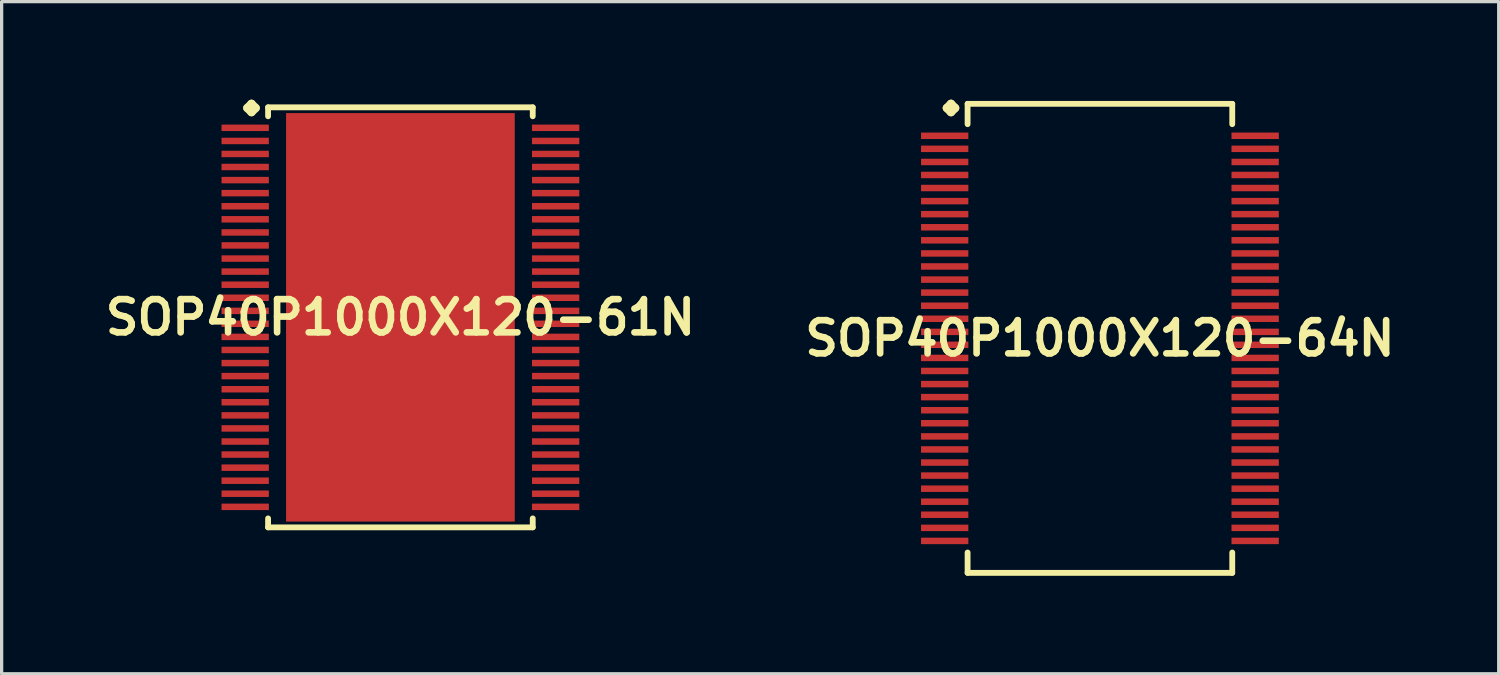
<source format=kicad_pcb>
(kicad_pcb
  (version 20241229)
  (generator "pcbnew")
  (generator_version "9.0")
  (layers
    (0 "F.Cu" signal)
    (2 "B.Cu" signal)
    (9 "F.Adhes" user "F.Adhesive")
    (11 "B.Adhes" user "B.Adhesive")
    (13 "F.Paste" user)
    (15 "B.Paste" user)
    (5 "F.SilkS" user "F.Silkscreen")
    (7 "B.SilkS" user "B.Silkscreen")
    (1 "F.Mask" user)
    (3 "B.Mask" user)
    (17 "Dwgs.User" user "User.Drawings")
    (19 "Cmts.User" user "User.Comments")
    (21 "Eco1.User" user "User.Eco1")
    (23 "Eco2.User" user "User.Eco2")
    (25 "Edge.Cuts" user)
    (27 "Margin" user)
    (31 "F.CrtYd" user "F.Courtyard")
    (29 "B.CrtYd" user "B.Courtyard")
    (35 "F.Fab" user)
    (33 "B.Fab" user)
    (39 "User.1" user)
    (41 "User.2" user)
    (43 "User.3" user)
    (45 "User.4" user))
  (footprint "SOP40P1000X120-61N"
    (layer "F.Cu")
    (at 9.202 6.66)
    (property "Reference" "SOP40P1000X120-61N" (at 0 0 0) (layer "F.SilkS") (effects (font (size 1.016 1.016) (thickness 0.203))))
    (attr smd)
    (fp_line (start -4.684 -6.406) (end -4.557 -6.533) (stroke (width 0.254) (type solid)) (layer "F.SilkS"))
    (fp_line (start -4.557 -6.533) (end -4.43 -6.406) (stroke (width 0.254) (type solid)) (layer "F.SilkS"))
    (fp_line (start -4.557 -6.279) (end -4.684 -6.406) (stroke (width 0.254) (type solid)) (layer "F.SilkS"))
    (fp_line (start -4.43 -6.406) (end -4.557 -6.279) (stroke (width 0.254) (type solid)) (layer "F.SilkS"))
    (fp_line (start -4.049 -6.426) (end 4.049 -6.426) (stroke (width 0.178) (type solid)) (layer "F.SilkS"))
    (fp_line (start -4.049 -6.152) (end -4.049 -6.426) (stroke (width 0.178) (type solid)) (layer "F.SilkS"))
    (fp_line (start -4.049 6.152) (end -4.049 6.426) (stroke (width 0.178) (type solid)) (layer "F.SilkS"))
    (fp_line (start -4.049 6.426) (end 4.049 6.426) (stroke (width 0.178) (type solid)) (layer "F.SilkS"))
    (fp_line (start 4.049 -6.426) (end 4.049 -6.152) (stroke (width 0.178) (type solid)) (layer "F.SilkS"))
    (fp_line (start 4.049 6.426) (end 4.049 6.152) (stroke (width 0.178) (type solid)) (layer "F.SilkS"))
    (pad "1" smd rect (at -4.75 -5.799) (size 1.448 0.198) (layers "F.Cu" "F.Mask" "F.Paste"))
    (pad "2" smd rect (at -4.75 -5.397) (size 1.448 0.198) (layers "F.Cu" "F.Mask" "F.Paste"))
    (pad "3" smd rect (at -4.75 -4.999) (size 1.448 0.198) (layers "F.Cu" "F.Mask" "F.Paste"))
    (pad "4" smd rect (at -4.75 -4.6) (size 1.448 0.198) (layers "F.Cu" "F.Mask" "F.Paste"))
    (pad "5" smd rect (at -4.75 -4.199) (size 1.448 0.198) (layers "F.Cu" "F.Mask" "F.Paste"))
    (pad "6" smd rect (at -4.75 -3.8) (size 1.448 0.198) (layers "F.Cu" "F.Mask" "F.Paste"))
    (pad "7" smd rect (at -4.75 -3.399) (size 1.448 0.198) (layers "F.Cu" "F.Mask" "F.Paste"))
    (pad "8" smd rect (at -4.75 -3) (size 1.448 0.198) (layers "F.Cu" "F.Mask" "F.Paste"))
    (pad "9" smd rect (at -4.75 -2.598) (size 1.448 0.198) (layers "F.Cu" "F.Mask" "F.Paste"))
    (pad "10" smd rect (at -4.75 -2.2) (size 1.448 0.198) (layers "F.Cu" "F.Mask" "F.Paste"))
    (pad "11" smd rect (at -4.75 -1.798) (size 1.448 0.198) (layers "F.Cu" "F.Mask" "F.Paste"))
    (pad "12" smd rect (at -4.75 -1.4) (size 1.448 0.198) (layers "F.Cu" "F.Mask" "F.Paste"))
    (pad "13" smd rect (at -4.75 -0.998) (size 1.448 0.198) (layers "F.Cu" "F.Mask" "F.Paste"))
    (pad "14" smd rect (at -4.75 -0.599) (size 1.448 0.198) (layers "F.Cu" "F.Mask" "F.Paste"))
    (pad "15" smd rect (at -4.75 -0.198) (size 1.448 0.198) (layers "F.Cu" "F.Mask" "F.Paste"))
    (pad "16" smd rect (at -4.75 0.198) (size 1.448 0.198) (layers "F.Cu" "F.Mask" "F.Paste"))
    (pad "17" smd rect (at -4.75 0.599) (size 1.448 0.198) (layers "F.Cu" "F.Mask" "F.Paste"))
    (pad "18" smd rect (at -4.75 0.998) (size 1.448 0.198) (layers "F.Cu" "F.Mask" "F.Paste"))
    (pad "19" smd rect (at -4.75 1.4) (size 1.448 0.198) (layers "F.Cu" "F.Mask" "F.Paste"))
    (pad "20" smd rect (at -4.75 1.798) (size 1.448 0.198) (layers "F.Cu" "F.Mask" "F.Paste"))
    (pad "21" smd rect (at -4.75 2.2) (size 1.448 0.198) (layers "F.Cu" "F.Mask" "F.Paste"))
    (pad "22" smd rect (at -4.75 2.598) (size 1.448 0.198) (layers "F.Cu" "F.Mask" "F.Paste"))
    (pad "23" smd rect (at -4.75 3) (size 1.448 0.198) (layers "F.Cu" "F.Mask" "F.Paste"))
    (pad "24" smd rect (at -4.75 3.399) (size 1.448 0.198) (layers "F.Cu" "F.Mask" "F.Paste"))
    (pad "25" smd rect (at -4.75 3.8) (size 1.448 0.198) (layers "F.Cu" "F.Mask" "F.Paste"))
    (pad "26" smd rect (at -4.75 4.199) (size 1.448 0.198) (layers "F.Cu" "F.Mask" "F.Paste"))
    (pad "27" smd rect (at -4.75 4.6) (size 1.448 0.198) (layers "F.Cu" "F.Mask" "F.Paste"))
    (pad "28" smd rect (at -4.75 4.999) (size 1.448 0.198) (layers "F.Cu" "F.Mask" "F.Paste"))
    (pad "29" smd rect (at -4.75 5.397) (size 1.448 0.198) (layers "F.Cu" "F.Mask" "F.Paste"))
    (pad "30" smd rect (at -4.75 5.799) (size 1.448 0.198) (layers "F.Cu" "F.Mask" "F.Paste"))
    (pad "31" smd rect (at 4.75 5.799) (size 1.448 0.198) (layers "F.Cu" "F.Mask" "F.Paste"))
    (pad "32" smd rect (at 4.75 5.397) (size 1.448 0.198) (layers "F.Cu" "F.Mask" "F.Paste"))
    (pad "33" smd rect (at 4.75 4.999) (size 1.448 0.198) (layers "F.Cu" "F.Mask" "F.Paste"))
    (pad "34" smd rect (at 4.75 4.6) (size 1.448 0.198) (layers "F.Cu" "F.Mask" "F.Paste"))
    (pad "35" smd rect (at 4.75 4.199) (size 1.448 0.198) (layers "F.Cu" "F.Mask" "F.Paste"))
    (pad "36" smd rect (at 4.75 3.8) (size 1.448 0.198) (layers "F.Cu" "F.Mask" "F.Paste"))
    (pad "37" smd rect (at 4.75 3.399) (size 1.448 0.198) (layers "F.Cu" "F.Mask" "F.Paste"))
    (pad "38" smd rect (at 4.75 3) (size 1.448 0.198) (layers "F.Cu" "F.Mask" "F.Paste"))
    (pad "39" smd rect (at 4.75 2.598) (size 1.448 0.198) (layers "F.Cu" "F.Mask" "F.Paste"))
    (pad "40" smd rect (at 4.75 2.2) (size 1.448 0.198) (layers "F.Cu" "F.Mask" "F.Paste"))
    (pad "41" smd rect (at 4.75 1.798) (size 1.448 0.198) (layers "F.Cu" "F.Mask" "F.Paste"))
    (pad "42" smd rect (at 4.75 1.4) (size 1.448 0.198) (layers "F.Cu" "F.Mask" "F.Paste"))
    (pad "43" smd rect (at 4.75 0.998) (size 1.448 0.198) (layers "F.Cu" "F.Mask" "F.Paste"))
    (pad "44" smd rect (at 4.75 0.599) (size 1.448 0.198) (layers "F.Cu" "F.Mask" "F.Paste"))
    (pad "45" smd rect (at 4.75 0.198) (size 1.448 0.198) (layers "F.Cu" "F.Mask" "F.Paste"))
    (pad "46" smd rect (at 4.75 -0.198) (size 1.448 0.198) (layers "F.Cu" "F.Mask" "F.Paste"))
    (pad "47" smd rect (at 4.75 -0.599) (size 1.448 0.198) (layers "F.Cu" "F.Mask" "F.Paste"))
    (pad "48" smd rect (at 4.75 -0.998) (size 1.448 0.198) (layers "F.Cu" "F.Mask" "F.Paste"))
    (pad "49" smd rect (at 4.75 -1.4) (size 1.448 0.198) (layers "F.Cu" "F.Mask" "F.Paste"))
    (pad "50" smd rect (at 4.75 -1.798) (size 1.448 0.198) (layers "F.Cu" "F.Mask" "F.Paste"))
    (pad "51" smd rect (at 4.75 -2.2) (size 1.448 0.198) (layers "F.Cu" "F.Mask" "F.Paste"))
    (pad "52" smd rect (at 4.75 -2.598) (size 1.448 0.198) (layers "F.Cu" "F.Mask" "F.Paste"))
    (pad "53" smd rect (at 4.75 -3) (size 1.448 0.198) (layers "F.Cu" "F.Mask" "F.Paste"))
    (pad "54" smd rect (at 4.75 -3.399) (size 1.448 0.198) (layers "F.Cu" "F.Mask" "F.Paste"))
    (pad "55" smd rect (at 4.75 -3.8) (size 1.448 0.198) (layers "F.Cu" "F.Mask" "F.Paste"))
    (pad "56" smd rect (at 4.75 -4.199) (size 1.448 0.198) (layers "F.Cu" "F.Mask" "F.Paste"))
    (pad "57" smd rect (at 4.75 -4.6) (size 1.448 0.198) (layers "F.Cu" "F.Mask" "F.Paste"))
    (pad "58" smd rect (at 4.75 -4.999) (size 1.448 0.198) (layers "F.Cu" "F.Mask" "F.Paste"))
    (pad "59" smd rect (at 4.75 -5.397) (size 1.448 0.198) (layers "F.Cu" "F.Mask" "F.Paste"))
    (pad "60" smd rect (at 4.75 -5.799) (size 1.448 0.198) (layers "F.Cu" "F.Mask" "F.Paste"))
    (pad "61" smd rect (at 0 0) (size 6.998 12.499) (layers "F.Cu" "F.Mask" "F.Paste")))
  (footprint "SOP40P1000X120-64N"
    (layer "F.Cu")
    (at 30.606 7.303)
    (property "Reference" "SOP40P1000X120-64N" (at 0 0 0) (layer "F.SilkS") (effects (font (size 1.016 1.016) (thickness 0.203))))
    (attr smd)
    (fp_line (start -4.684 -7.048) (end -4.557 -7.176) (stroke (width 0.254) (type solid)) (layer "F.SilkS"))
    (fp_line (start -4.557 -7.176) (end -4.43 -7.048) (stroke (width 0.254) (type solid)) (layer "F.SilkS"))
    (fp_line (start -4.557 -6.921) (end -4.684 -7.048) (stroke (width 0.254) (type solid)) (layer "F.SilkS"))
    (fp_line (start -4.43 -7.048) (end -4.557 -6.921) (stroke (width 0.254) (type solid)) (layer "F.SilkS"))
    (fp_line (start -4.049 -7.176) (end 4.049 -7.176) (stroke (width 0.178) (type solid)) (layer "F.SilkS"))
    (fp_line (start -4.049 -6.553) (end -4.049 -7.176) (stroke (width 0.178) (type solid)) (layer "F.SilkS"))
    (fp_line (start -4.049 6.553) (end -4.049 7.176) (stroke (width 0.178) (type solid)) (layer "F.SilkS"))
    (fp_line (start -4.049 7.176) (end 4.049 7.176) (stroke (width 0.178) (type solid)) (layer "F.SilkS"))
    (fp_line (start 4.049 -7.176) (end 4.049 -6.553) (stroke (width 0.178) (type solid)) (layer "F.SilkS"))
    (fp_line (start 4.049 7.176) (end 4.049 6.553) (stroke (width 0.178) (type solid)) (layer "F.SilkS"))
    (pad "1" smd rect (at -4.75 -6.198) (size 1.448 0.198) (layers "F.Cu" "F.Mask" "F.Paste"))
    (pad "2" smd rect (at -4.75 -5.799) (size 1.448 0.198) (layers "F.Cu" "F.Mask" "F.Paste"))
    (pad "3" smd rect (at -4.75 -5.397) (size 1.448 0.198) (layers "F.Cu" "F.Mask" "F.Paste"))
    (pad "4" smd rect (at -4.75 -4.999) (size 1.448 0.198) (layers "F.Cu" "F.Mask" "F.Paste"))
    (pad "5" smd rect (at -4.75 -4.6) (size 1.448 0.198) (layers "F.Cu" "F.Mask" "F.Paste"))
    (pad "6" smd rect (at -4.75 -4.199) (size 1.448 0.198) (layers "F.Cu" "F.Mask" "F.Paste"))
    (pad "7" smd rect (at -4.75 -3.8) (size 1.448 0.198) (layers "F.Cu" "F.Mask" "F.Paste"))
    (pad "8" smd rect (at -4.75 -3.399) (size 1.448 0.198) (layers "F.Cu" "F.Mask" "F.Paste"))
    (pad "9" smd rect (at -4.75 -3) (size 1.448 0.198) (layers "F.Cu" "F.Mask" "F.Paste"))
    (pad "10" smd rect (at -4.75 -2.598) (size 1.448 0.198) (layers "F.Cu" "F.Mask" "F.Paste"))
    (pad "11" smd rect (at -4.75 -2.2) (size 1.448 0.198) (layers "F.Cu" "F.Mask" "F.Paste"))
    (pad "12" smd rect (at -4.75 -1.798) (size 1.448 0.198) (layers "F.Cu" "F.Mask" "F.Paste"))
    (pad "13" smd rect (at -4.75 -1.4) (size 1.448 0.198) (layers "F.Cu" "F.Mask" "F.Paste"))
    (pad "14" smd rect (at -4.75 -0.998) (size 1.448 0.198) (layers "F.Cu" "F.Mask" "F.Paste"))
    (pad "15" smd rect (at -4.75 -0.599) (size 1.448 0.198) (layers "F.Cu" "F.Mask" "F.Paste"))
    (pad "16" smd rect (at -4.75 -0.198) (size 1.448 0.198) (layers "F.Cu" "F.Mask" "F.Paste"))
    (pad "17" smd rect (at -4.75 0.198) (size 1.448 0.198) (layers "F.Cu" "F.Mask" "F.Paste"))
    (pad "18" smd rect (at -4.75 0.599) (size 1.448 0.198) (layers "F.Cu" "F.Mask" "F.Paste"))
    (pad "19" smd rect (at -4.75 0.998) (size 1.448 0.198) (layers "F.Cu" "F.Mask" "F.Paste"))
    (pad "20" smd rect (at -4.75 1.4) (size 1.448 0.198) (layers "F.Cu" "F.Mask" "F.Paste"))
    (pad "21" smd rect (at -4.75 1.798) (size 1.448 0.198) (layers "F.Cu" "F.Mask" "F.Paste"))
    (pad "22" smd rect (at -4.75 2.2) (size 1.448 0.198) (layers "F.Cu" "F.Mask" "F.Paste"))
    (pad "23" smd rect (at -4.75 2.598) (size 1.448 0.198) (layers "F.Cu" "F.Mask" "F.Paste"))
    (pad "24" smd rect (at -4.75 3) (size 1.448 0.198) (layers "F.Cu" "F.Mask" "F.Paste"))
    (pad "25" smd rect (at -4.75 3.399) (size 1.448 0.198) (layers "F.Cu" "F.Mask" "F.Paste"))
    (pad "26" smd rect (at -4.75 3.8) (size 1.448 0.198) (layers "F.Cu" "F.Mask" "F.Paste"))
    (pad "27" smd rect (at -4.75 4.199) (size 1.448 0.198) (layers "F.Cu" "F.Mask" "F.Paste"))
    (pad "28" smd rect (at -4.75 4.6) (size 1.448 0.198) (layers "F.Cu" "F.Mask" "F.Paste"))
    (pad "29" smd rect (at -4.75 4.999) (size 1.448 0.198) (layers "F.Cu" "F.Mask" "F.Paste"))
    (pad "30" smd rect (at -4.75 5.397) (size 1.448 0.198) (layers "F.Cu" "F.Mask" "F.Paste"))
    (pad "31" smd rect (at -4.75 5.799) (size 1.448 0.198) (layers "F.Cu" "F.Mask" "F.Paste"))
    (pad "32" smd rect (at -4.75 6.198) (size 1.448 0.198) (layers "F.Cu" "F.Mask" "F.Paste"))
    (pad "33" smd rect (at 4.75 6.198) (size 1.448 0.198) (layers "F.Cu" "F.Mask" "F.Paste"))
    (pad "34" smd rect (at 4.75 5.799) (size 1.448 0.198) (layers "F.Cu" "F.Mask" "F.Paste"))
    (pad "35" smd rect (at 4.75 5.397) (size 1.448 0.198) (layers "F.Cu" "F.Mask" "F.Paste"))
    (pad "36" smd rect (at 4.75 4.999) (size 1.448 0.198) (layers "F.Cu" "F.Mask" "F.Paste"))
    (pad "37" smd rect (at 4.75 4.6) (size 1.448 0.198) (layers "F.Cu" "F.Mask" "F.Paste"))
    (pad "38" smd rect (at 4.75 4.199) (size 1.448 0.198) (layers "F.Cu" "F.Mask" "F.Paste"))
    (pad "39" smd rect (at 4.75 3.8) (size 1.448 0.198) (layers "F.Cu" "F.Mask" "F.Paste"))
    (pad "40" smd rect (at 4.75 3.399) (size 1.448 0.198) (layers "F.Cu" "F.Mask" "F.Paste"))
    (pad "41" smd rect (at 4.75 3) (size 1.448 0.198) (layers "F.Cu" "F.Mask" "F.Paste"))
    (pad "42" smd rect (at 4.75 2.598) (size 1.448 0.198) (layers "F.Cu" "F.Mask" "F.Paste"))
    (pad "43" smd rect (at 4.75 2.2) (size 1.448 0.198) (layers "F.Cu" "F.Mask" "F.Paste"))
    (pad "44" smd rect (at 4.75 1.798) (size 1.448 0.198) (layers "F.Cu" "F.Mask" "F.Paste"))
    (pad "45" smd rect (at 4.75 1.4) (size 1.448 0.198) (layers "F.Cu" "F.Mask" "F.Paste"))
    (pad "46" smd rect (at 4.75 0.998) (size 1.448 0.198) (layers "F.Cu" "F.Mask" "F.Paste"))
    (pad "47" smd rect (at 4.75 0.599) (size 1.448 0.198) (layers "F.Cu" "F.Mask" "F.Paste"))
    (pad "48" smd rect (at 4.75 0.198) (size 1.448 0.198) (layers "F.Cu" "F.Mask" "F.Paste"))
    (pad "49" smd rect (at 4.75 -0.198) (size 1.448 0.198) (layers "F.Cu" "F.Mask" "F.Paste"))
    (pad "50" smd rect (at 4.75 -0.599) (size 1.448 0.198) (layers "F.Cu" "F.Mask" "F.Paste"))
    (pad "51" smd rect (at 4.75 -0.998) (size 1.448 0.198) (layers "F.Cu" "F.Mask" "F.Paste"))
    (pad "52" smd rect (at 4.75 -1.4) (size 1.448 0.198) (layers "F.Cu" "F.Mask" "F.Paste"))
    (pad "53" smd rect (at 4.75 -1.798) (size 1.448 0.198) (layers "F.Cu" "F.Mask" "F.Paste"))
    (pad "54" smd rect (at 4.75 -2.2) (size 1.448 0.198) (layers "F.Cu" "F.Mask" "F.Paste"))
    (pad "55" smd rect (at 4.75 -2.598) (size 1.448 0.198) (layers "F.Cu" "F.Mask" "F.Paste"))
    (pad "56" smd rect (at 4.75 -3) (size 1.448 0.198) (layers "F.Cu" "F.Mask" "F.Paste"))
    (pad "57" smd rect (at 4.75 -3.399) (size 1.448 0.198) (layers "F.Cu" "F.Mask" "F.Paste"))
    (pad "58" smd rect (at 4.75 -3.8) (size 1.448 0.198) (layers "F.Cu" "F.Mask" "F.Paste"))
    (pad "59" smd rect (at 4.75 -4.199) (size 1.448 0.198) (layers "F.Cu" "F.Mask" "F.Paste"))
    (pad "60" smd rect (at 4.75 -4.6) (size 1.448 0.198) (layers "F.Cu" "F.Mask" "F.Paste"))
    (pad "61" smd rect (at 4.75 -4.999) (size 1.448 0.198) (layers "F.Cu" "F.Mask" "F.Paste"))
    (pad "62" smd rect (at 4.75 -5.397) (size 1.448 0.198) (layers "F.Cu" "F.Mask" "F.Paste"))
    (pad "63" smd rect (at 4.75 -5.799) (size 1.448 0.198) (layers "F.Cu" "F.Mask" "F.Paste"))
    (pad "64" smd rect (at 4.75 -6.198) (size 1.448 0.198) (layers "F.Cu" "F.Mask" "F.Paste")))
  (gr_rect
    (start -3 -3)
    (end 42.808 17.567)
    (stroke (width 0.1) (type default))
    (fill no)
    (layer "Edge.Cuts")))
</source>
